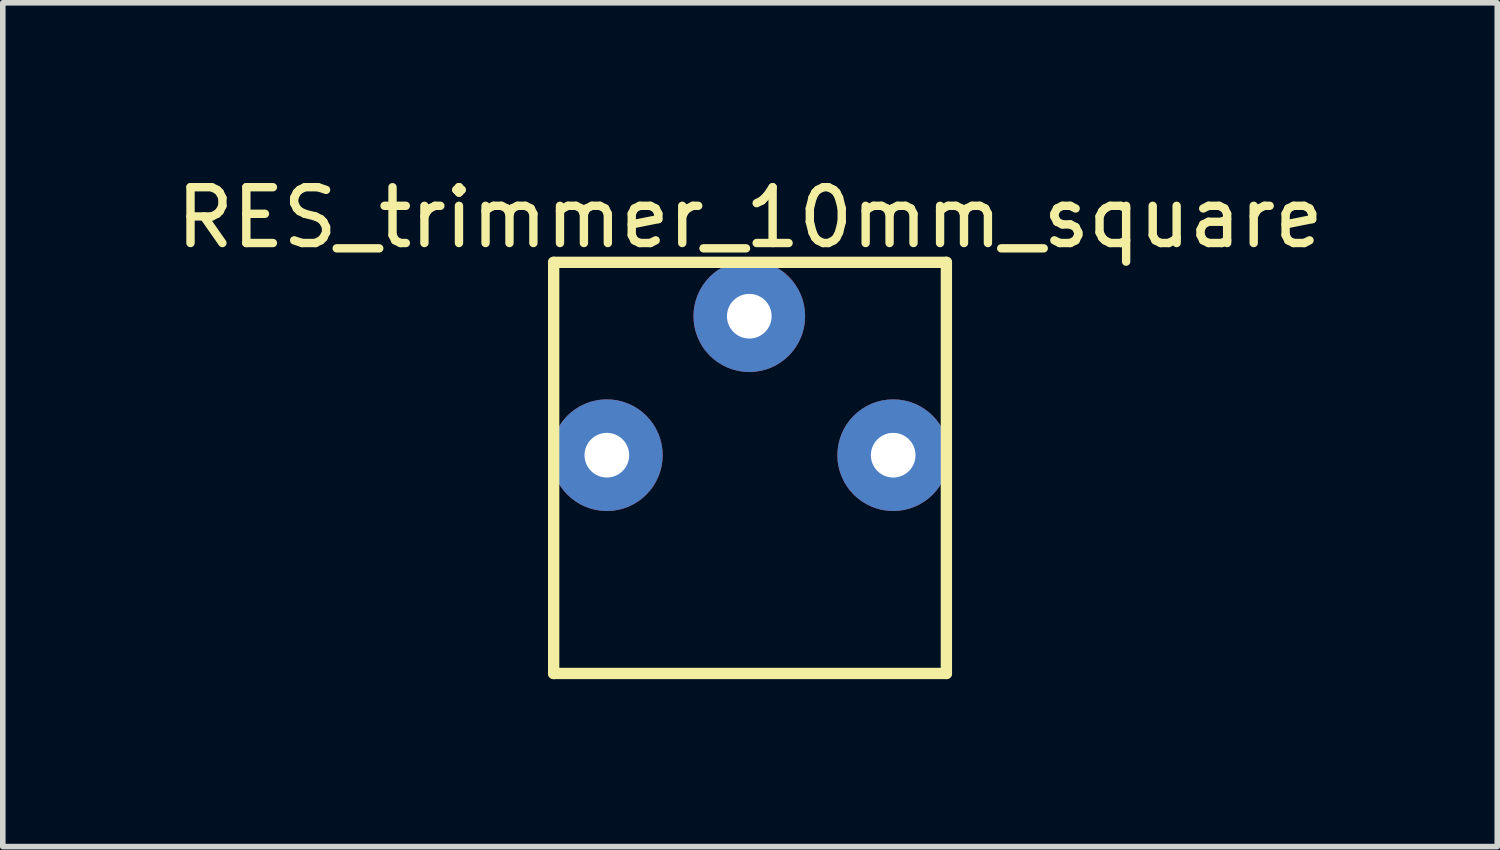
<source format=kicad_pcb>
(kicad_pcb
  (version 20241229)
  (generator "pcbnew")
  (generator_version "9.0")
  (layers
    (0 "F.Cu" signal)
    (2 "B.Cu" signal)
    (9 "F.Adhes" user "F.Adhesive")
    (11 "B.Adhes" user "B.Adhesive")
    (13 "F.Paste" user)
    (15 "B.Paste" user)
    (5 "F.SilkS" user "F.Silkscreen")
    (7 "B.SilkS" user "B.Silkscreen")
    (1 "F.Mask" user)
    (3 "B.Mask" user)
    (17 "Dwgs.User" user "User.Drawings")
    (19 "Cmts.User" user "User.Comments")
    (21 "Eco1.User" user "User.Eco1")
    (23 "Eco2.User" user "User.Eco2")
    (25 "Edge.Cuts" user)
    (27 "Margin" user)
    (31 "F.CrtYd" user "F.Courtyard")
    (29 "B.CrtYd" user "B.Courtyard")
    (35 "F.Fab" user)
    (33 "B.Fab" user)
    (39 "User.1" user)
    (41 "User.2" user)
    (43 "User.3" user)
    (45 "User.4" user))
  (footprint "RES_trimmer_10mm_square"
    (layer "F.Cu")
    (at 10.387 3.86)
    (property "Reference" "RES_trimmer_10mm_square" (at 0 -3.011 0) (layer "F.SilkS") (effects (font (size 1 1) (thickness 0.15))))
    (fp_line (start -3.518 -2.21) (end 3.518 -2.21) (stroke (width 0.203) (type solid)) (layer "F.SilkS"))
    (fp_line (start -3.518 5.156) (end -3.518 -2.21) (stroke (width 0.203) (type solid)) (layer "F.SilkS"))
    (fp_line (start -3.518 5.156) (end 3.518 5.156) (stroke (width 0.203) (type solid)) (layer "F.SilkS"))
    (fp_line (start 3.518 5.156) (end 3.518 -2.21) (stroke (width 0.203) (type solid)) (layer "F.SilkS"))
    (pad "1" thru_hole circle (at -2.565 1.245) (size 2 2) (drill 0.8) (layers "*.Cu" "*.Mask"))
    (pad "2" thru_hole circle (at -0.013 -1.245) (size 2 2) (drill 0.8) (layers "*.Cu" "*.Mask"))
    (pad "3" thru_hole circle (at 2.565 1.245) (size 2 2) (drill 0.8) (layers "*.Cu" "*.Mask")))
  (gr_rect
    (start -3 -3)
    (end 23.774 12.117)
    (stroke (width 0.1) (type default))
    (fill no)
    (layer "Edge.Cuts")))
</source>
